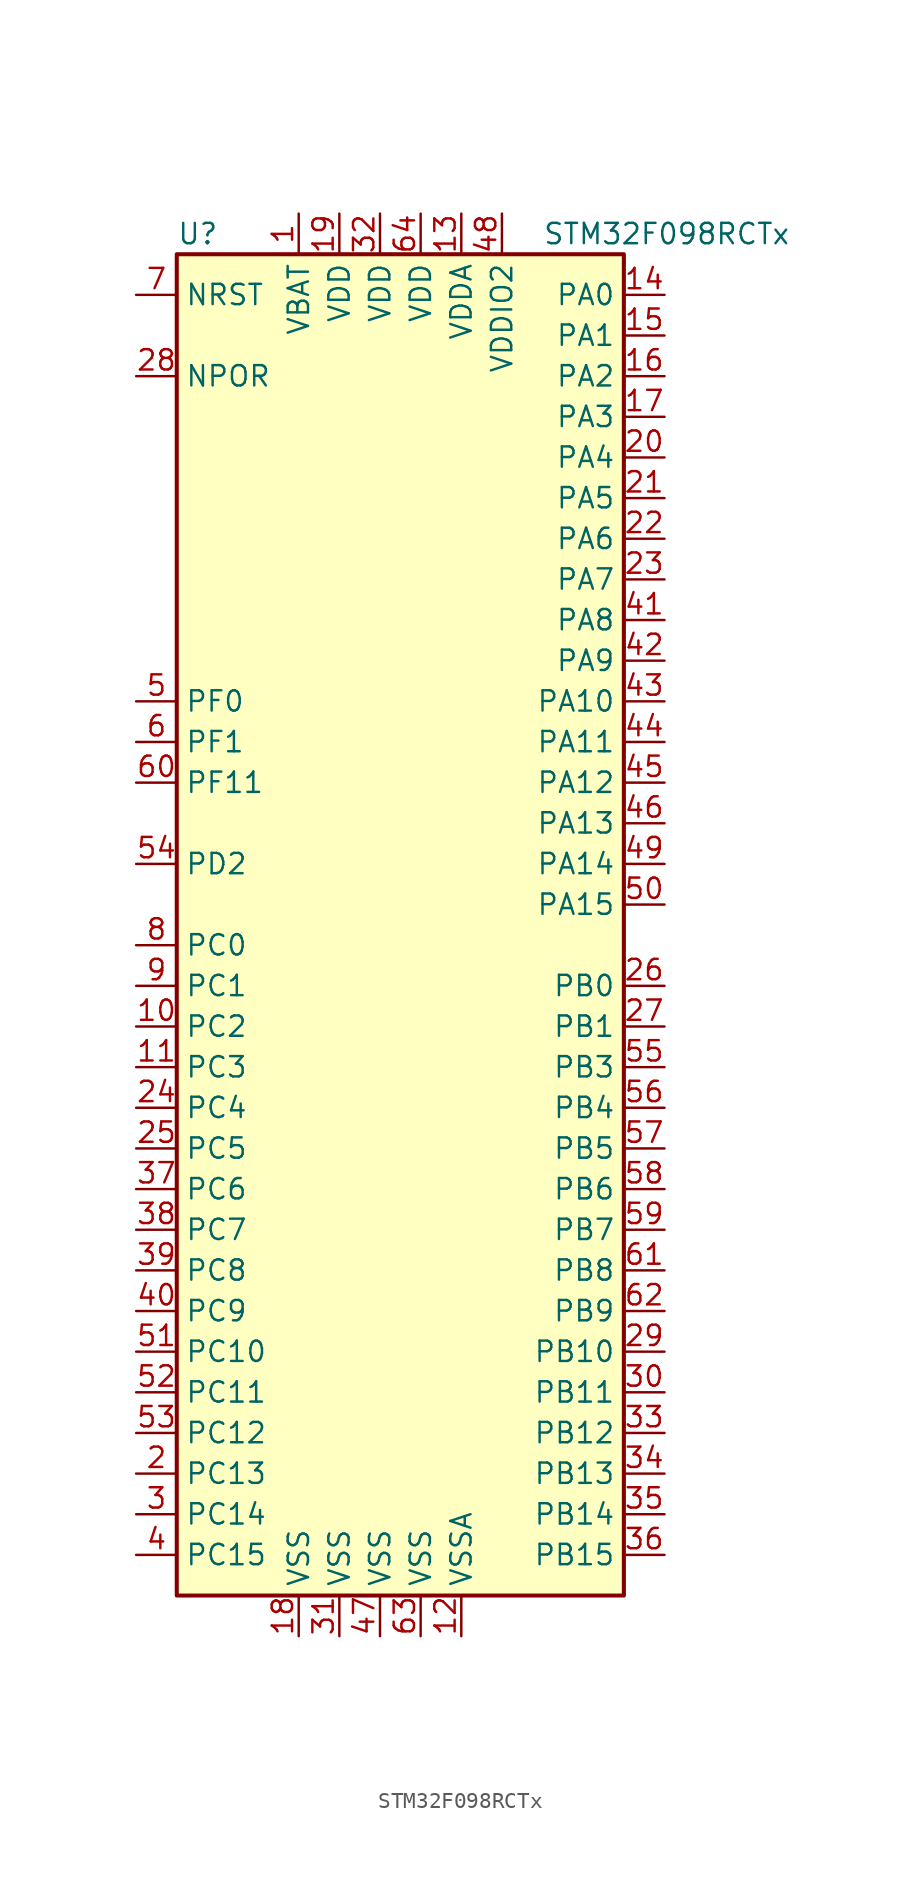
<source format=kicad_sym>
(kicad_symbol_lib
  (version 20211014)
  (generator kicad_symbol_editor)
  (symbol "STM32F098RCTx"
    (property "Reference" "U"
      (at -15.24 41.91 0)
      (effects (font (size 1.27 1.27)) (justify left)))
    (property "Value" "STM32F098RCTx"
      (at 7.62 41.91 0)
      (effects (font (size 1.27 1.27)) (justify left)))
    (symbol "STM32F098RCTx_0_1"
      (rectangle (start -15.24 -43.18) (end 12.7 40.64) (stroke (width 0.254) (type default) (color 0 0 0 0)) (fill (type background))))
    (symbol "STM32F098RCTx_1_1"
      (pin power_in line (at -7.62 43.18 270) (length 2.54) (name "VBAT" (effects (font (size 1.27 1.27)))) (number "1" (effects (font (size 1.27 1.27)))))
      (pin bidirectional line (at -17.78 -7.62 0) (length 2.54) (name "PC2" (effects (font (size 1.27 1.27)))) (number "10" (effects (font (size 1.27 1.27)))))
      (pin bidirectional line (at -17.78 -10.16 0) (length 2.54) (name "PC3" (effects (font (size 1.27 1.27)))) (number "11" (effects (font (size 1.27 1.27)))))
      (pin power_in line (at 2.54 -45.72 90) (length 2.54) (name "VSSA" (effects (font (size 1.27 1.27)))) (number "12" (effects (font (size 1.27 1.27)))))
      (pin power_in line (at 2.54 43.18 270) (length 2.54) (name "VDDA" (effects (font (size 1.27 1.27)))) (number "13" (effects (font (size 1.27 1.27)))))
      (pin bidirectional line (at 15.24 38.1 180) (length 2.54) (name "PA0" (effects (font (size 1.27 1.27)))) (number "14" (effects (font (size 1.27 1.27)))))
      (pin bidirectional line (at 15.24 35.56 180) (length 2.54) (name "PA1" (effects (font (size 1.27 1.27)))) (number "15" (effects (font (size 1.27 1.27)))))
      (pin bidirectional line (at 15.24 33.02 180) (length 2.54) (name "PA2" (effects (font (size 1.27 1.27)))) (number "16" (effects (font (size 1.27 1.27)))))
      (pin bidirectional line (at 15.24 30.48 180) (length 2.54) (name "PA3" (effects (font (size 1.27 1.27)))) (number "17" (effects (font (size 1.27 1.27)))))
      (pin power_in line (at -7.62 -45.72 90) (length 2.54) (name "VSS" (effects (font (size 1.27 1.27)))) (number "18" (effects (font (size 1.27 1.27)))))
      (pin power_in line (at -5.08 43.18 270) (length 2.54) (name "VDD" (effects (font (size 1.27 1.27)))) (number "19" (effects (font (size 1.27 1.27)))))
      (pin bidirectional line (at -17.78 -35.56 0) (length 2.54) (name "PC13" (effects (font (size 1.27 1.27)))) (number "2" (effects (font (size 1.27 1.27)))))
      (pin bidirectional line (at 15.24 27.94 180) (length 2.54) (name "PA4" (effects (font (size 1.27 1.27)))) (number "20" (effects (font (size 1.27 1.27)))))
      (pin bidirectional line (at 15.24 25.4 180) (length 2.54) (name "PA5" (effects (font (size 1.27 1.27)))) (number "21" (effects (font (size 1.27 1.27)))))
      (pin bidirectional line (at 15.24 22.86 180) (length 2.54) (name "PA6" (effects (font (size 1.27 1.27)))) (number "22" (effects (font (size 1.27 1.27)))))
      (pin bidirectional line (at 15.24 20.32 180) (length 2.54) (name "PA7" (effects (font (size 1.27 1.27)))) (number "23" (effects (font (size 1.27 1.27)))))
      (pin bidirectional line (at -17.78 -12.7 0) (length 2.54) (name "PC4" (effects (font (size 1.27 1.27)))) (number "24" (effects (font (size 1.27 1.27)))))
      (pin bidirectional line (at -17.78 -15.24 0) (length 2.54) (name "PC5" (effects (font (size 1.27 1.27)))) (number "25" (effects (font (size 1.27 1.27)))))
      (pin bidirectional line (at 15.24 -5.08 180) (length 2.54) (name "PB0" (effects (font (size 1.27 1.27)))) (number "26" (effects (font (size 1.27 1.27)))))
      (pin bidirectional line (at 15.24 -7.62 180) (length 2.54) (name "PB1" (effects (font (size 1.27 1.27)))) (number "27" (effects (font (size 1.27 1.27)))))
      (pin power_in line (at -17.78 33.02 0) (length 2.54) (name "NPOR" (effects (font (size 1.27 1.27)))) (number "28" (effects (font (size 1.27 1.27)))))
      (pin bidirectional line (at 15.24 -27.94 180) (length 2.54) (name "PB10" (effects (font (size 1.27 1.27)))) (number "29" (effects (font (size 1.27 1.27)))))
      (pin bidirectional line (at -17.78 -38.1 0) (length 2.54) (name "PC14" (effects (font (size 1.27 1.27)))) (number "3" (effects (font (size 1.27 1.27)))))
      (pin bidirectional line (at 15.24 -30.48 180) (length 2.54) (name "PB11" (effects (font (size 1.27 1.27)))) (number "30" (effects (font (size 1.27 1.27)))))
      (pin power_in line (at -5.08 -45.72 90) (length 2.54) (name "VSS" (effects (font (size 1.27 1.27)))) (number "31" (effects (font (size 1.27 1.27)))))
      (pin power_in line (at -2.54 43.18 270) (length 2.54) (name "VDD" (effects (font (size 1.27 1.27)))) (number "32" (effects (font (size 1.27 1.27)))))
      (pin bidirectional line (at 15.24 -33.02 180) (length 2.54) (name "PB12" (effects (font (size 1.27 1.27)))) (number "33" (effects (font (size 1.27 1.27)))))
      (pin bidirectional line (at 15.24 -35.56 180) (length 2.54) (name "PB13" (effects (font (size 1.27 1.27)))) (number "34" (effects (font (size 1.27 1.27)))))
      (pin bidirectional line (at 15.24 -38.1 180) (length 2.54) (name "PB14" (effects (font (size 1.27 1.27)))) (number "35" (effects (font (size 1.27 1.27)))))
      (pin bidirectional line (at 15.24 -40.64 180) (length 2.54) (name "PB15" (effects (font (size 1.27 1.27)))) (number "36" (effects (font (size 1.27 1.27)))))
      (pin bidirectional line (at -17.78 -17.78 0) (length 2.54) (name "PC6" (effects (font (size 1.27 1.27)))) (number "37" (effects (font (size 1.27 1.27)))))
      (pin bidirectional line (at -17.78 -20.32 0) (length 2.54) (name "PC7" (effects (font (size 1.27 1.27)))) (number "38" (effects (font (size 1.27 1.27)))))
      (pin bidirectional line (at -17.78 -22.86 0) (length 2.54) (name "PC8" (effects (font (size 1.27 1.27)))) (number "39" (effects (font (size 1.27 1.27)))))
      (pin bidirectional line (at -17.78 -40.64 0) (length 2.54) (name "PC15" (effects (font (size 1.27 1.27)))) (number "4" (effects (font (size 1.27 1.27)))))
      (pin bidirectional line (at -17.78 -25.4 0) (length 2.54) (name "PC9" (effects (font (size 1.27 1.27)))) (number "40" (effects (font (size 1.27 1.27)))))
      (pin bidirectional line (at 15.24 17.78 180) (length 2.54) (name "PA8" (effects (font (size 1.27 1.27)))) (number "41" (effects (font (size 1.27 1.27)))))
      (pin bidirectional line (at 15.24 15.24 180) (length 2.54) (name "PA9" (effects (font (size 1.27 1.27)))) (number "42" (effects (font (size 1.27 1.27)))))
      (pin bidirectional line (at 15.24 12.7 180) (length 2.54) (name "PA10" (effects (font (size 1.27 1.27)))) (number "43" (effects (font (size 1.27 1.27)))))
      (pin bidirectional line (at 15.24 10.16 180) (length 2.54) (name "PA11" (effects (font (size 1.27 1.27)))) (number "44" (effects (font (size 1.27 1.27)))))
      (pin bidirectional line (at 15.24 7.62 180) (length 2.54) (name "PA12" (effects (font (size 1.27 1.27)))) (number "45" (effects (font (size 1.27 1.27)))))
      (pin bidirectional line (at 15.24 5.08 180) (length 2.54) (name "PA13" (effects (font (size 1.27 1.27)))) (number "46" (effects (font (size 1.27 1.27)))))
      (pin power_in line (at -2.54 -45.72 90) (length 2.54) (name "VSS" (effects (font (size 1.27 1.27)))) (number "47" (effects (font (size 1.27 1.27)))))
      (pin power_in line (at 5.08 43.18 270) (length 2.54) (name "VDDIO2" (effects (font (size 1.27 1.27)))) (number "48" (effects (font (size 1.27 1.27)))))
      (pin bidirectional line (at 15.24 2.54 180) (length 2.54) (name "PA14" (effects (font (size 1.27 1.27)))) (number "49" (effects (font (size 1.27 1.27)))))
      (pin input line (at -17.78 12.7 0) (length 2.54) (name "PF0" (effects (font (size 1.27 1.27)))) (number "5" (effects (font (size 1.27 1.27)))))
      (pin bidirectional line (at 15.24 0 180) (length 2.54) (name "PA15" (effects (font (size 1.27 1.27)))) (number "50" (effects (font (size 1.27 1.27)))))
      (pin bidirectional line (at -17.78 -27.94 0) (length 2.54) (name "PC10" (effects (font (size 1.27 1.27)))) (number "51" (effects (font (size 1.27 1.27)))))
      (pin bidirectional line (at -17.78 -30.48 0) (length 2.54) (name "PC11" (effects (font (size 1.27 1.27)))) (number "52" (effects (font (size 1.27 1.27)))))
      (pin bidirectional line (at -17.78 -33.02 0) (length 2.54) (name "PC12" (effects (font (size 1.27 1.27)))) (number "53" (effects (font (size 1.27 1.27)))))
      (pin bidirectional line (at -17.78 2.54 0) (length 2.54) (name "PD2" (effects (font (size 1.27 1.27)))) (number "54" (effects (font (size 1.27 1.27)))))
      (pin bidirectional line (at 15.24 -10.16 180) (length 2.54) (name "PB3" (effects (font (size 1.27 1.27)))) (number "55" (effects (font (size 1.27 1.27)))))
      (pin bidirectional line (at 15.24 -12.7 180) (length 2.54) (name "PB4" (effects (font (size 1.27 1.27)))) (number "56" (effects (font (size 1.27 1.27)))))
      (pin bidirectional line (at 15.24 -15.24 180) (length 2.54) (name "PB5" (effects (font (size 1.27 1.27)))) (number "57" (effects (font (size 1.27 1.27)))))
      (pin bidirectional line (at 15.24 -17.78 180) (length 2.54) (name "PB6" (effects (font (size 1.27 1.27)))) (number "58" (effects (font (size 1.27 1.27)))))
      (pin bidirectional line (at 15.24 -20.32 180) (length 2.54) (name "PB7" (effects (font (size 1.27 1.27)))) (number "59" (effects (font (size 1.27 1.27)))))
      (pin input line (at -17.78 10.16 0) (length 2.54) (name "PF1" (effects (font (size 1.27 1.27)))) (number "6" (effects (font (size 1.27 1.27)))))
      (pin bidirectional line (at -17.78 7.62 0) (length 2.54) (name "PF11" (effects (font (size 1.27 1.27)))) (number "60" (effects (font (size 1.27 1.27)))))
      (pin bidirectional line (at 15.24 -22.86 180) (length 2.54) (name "PB8" (effects (font (size 1.27 1.27)))) (number "61" (effects (font (size 1.27 1.27)))))
      (pin bidirectional line (at 15.24 -25.4 180) (length 2.54) (name "PB9" (effects (font (size 1.27 1.27)))) (number "62" (effects (font (size 1.27 1.27)))))
      (pin power_in line (at 0 -45.72 90) (length 2.54) (name "VSS" (effects (font (size 1.27 1.27)))) (number "63" (effects (font (size 1.27 1.27)))))
      (pin power_in line (at 0 43.18 270) (length 2.54) (name "VDD" (effects (font (size 1.27 1.27)))) (number "64" (effects (font (size 1.27 1.27)))))
      (pin input line (at -17.78 38.1 0) (length 2.54) (name "NRST" (effects (font (size 1.27 1.27)))) (number "7" (effects (font (size 1.27 1.27)))))
      (pin bidirectional line (at -17.78 -2.54 0) (length 2.54) (name "PC0" (effects (font (size 1.27 1.27)))) (number "8" (effects (font (size 1.27 1.27)))))
      (pin bidirectional line (at -17.78 -5.08 0) (length 2.54) (name "PC1" (effects (font (size 1.27 1.27)))) (number "9" (effects (font (size 1.27 1.27))))))))
</source>
